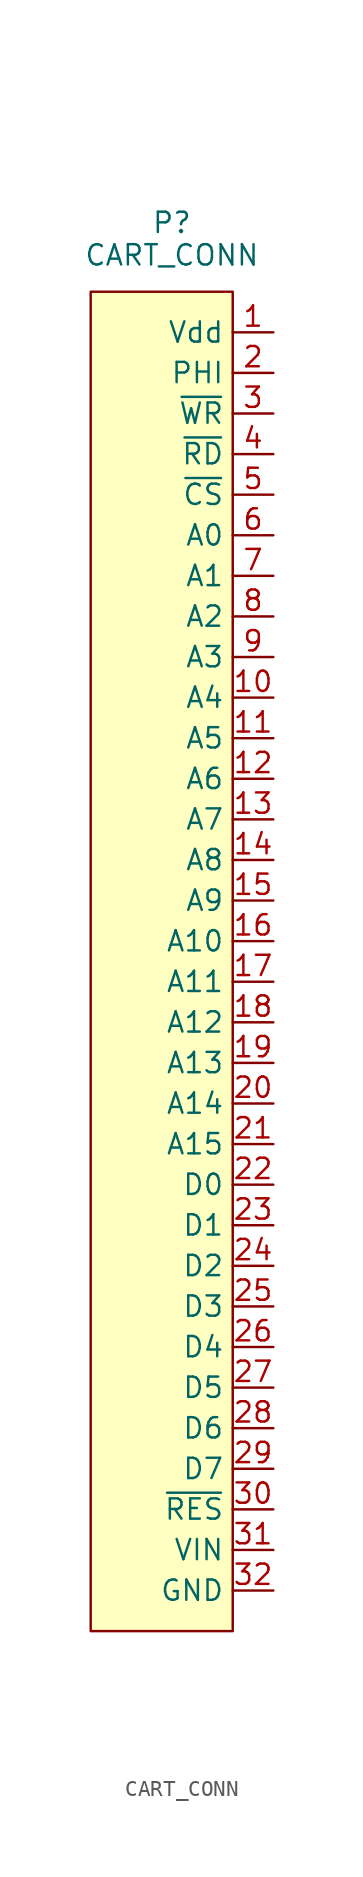
<source format=kicad_sym>
(kicad_symbol_lib
  (version 20241209)
  (generator "kicad_symbol_editor")
  (generator_version "9.0")
  (symbol "CART_CONN"
    (property "Reference" "P"
      (at 0 42.418 0)
      (effects (font (size 1.27 1.27))))
    (property "Value" "CART_CONN"
      (at 0 40.386 0)
      (effects (font (size 1.27 1.27))))
    (symbol "CART_CONN_1_1"
      (rectangle (start -5.08 38.1) (end 3.81 -45.72) (stroke (width 0) (type solid)) (fill (type background)))
      (pin power_in line (at 6.35 35.56 180) (length 2.54) (name "Vdd" (effects (font (size 1.27 1.27)))) (number "1" (effects (font (size 1.27 1.27)))))
      (pin input line (at 6.35 33.02 180) (length 2.54) (name "PHI" (effects (font (size 1.27 1.27)))) (number "2" (effects (font (size 1.27 1.27)))))
      (pin input line (at 6.35 30.48 180) (length 2.54) (name "~{WR}" (effects (font (size 1.27 1.27)))) (number "3" (effects (font (size 1.27 1.27)))))
      (pin input line (at 6.35 27.94 180) (length 2.54) (name "~{RD}" (effects (font (size 1.27 1.27)))) (number "4" (effects (font (size 1.27 1.27)))))
      (pin input line (at 6.35 25.4 180) (length 2.54) (name "~{CS}" (effects (font (size 1.27 1.27)))) (number "5" (effects (font (size 1.27 1.27)))))
      (pin input line (at 6.35 22.86 180) (length 2.54) (name "A0" (effects (font (size 1.27 1.27)))) (number "6" (effects (font (size 1.27 1.27)))))
      (pin input line (at 6.35 20.32 180) (length 2.54) (name "A1" (effects (font (size 1.27 1.27)))) (number "7" (effects (font (size 1.27 1.27)))))
      (pin input line (at 6.35 17.78 180) (length 2.54) (name "A2" (effects (font (size 1.27 1.27)))) (number "8" (effects (font (size 1.27 1.27)))))
      (pin input line (at 6.35 15.24 180) (length 2.54) (name "A3" (effects (font (size 1.27 1.27)))) (number "9" (effects (font (size 1.27 1.27)))))
      (pin input line (at 6.35 12.7 180) (length 2.54) (name "A4" (effects (font (size 1.27 1.27)))) (number "10" (effects (font (size 1.27 1.27)))))
      (pin input line (at 6.35 10.16 180) (length 2.54) (name "A5" (effects (font (size 1.27 1.27)))) (number "11" (effects (font (size 1.27 1.27)))))
      (pin input line (at 6.35 7.62 180) (length 2.54) (name "A6" (effects (font (size 1.27 1.27)))) (number "12" (effects (font (size 1.27 1.27)))))
      (pin input line (at 6.35 5.08 180) (length 2.54) (name "A7" (effects (font (size 1.27 1.27)))) (number "13" (effects (font (size 1.27 1.27)))))
      (pin input line (at 6.35 2.54 180) (length 2.54) (name "A8" (effects (font (size 1.27 1.27)))) (number "14" (effects (font (size 1.27 1.27)))))
      (pin input line (at 6.35 0 180) (length 2.54) (name "A9" (effects (font (size 1.27 1.27)))) (number "15" (effects (font (size 1.27 1.27)))))
      (pin input line (at 6.35 -2.54 180) (length 2.54) (name "A10" (effects (font (size 1.27 1.27)))) (number "16" (effects (font (size 1.27 1.27)))))
      (pin input line (at 6.35 -5.08 180) (length 2.54) (name "A11" (effects (font (size 1.27 1.27)))) (number "17" (effects (font (size 1.27 1.27)))))
      (pin input line (at 6.35 -7.62 180) (length 2.54) (name "A12" (effects (font (size 1.27 1.27)))) (number "18" (effects (font (size 1.27 1.27)))))
      (pin input line (at 6.35 -10.16 180) (length 2.54) (name "A13" (effects (font (size 1.27 1.27)))) (number "19" (effects (font (size 1.27 1.27)))))
      (pin input line (at 6.35 -12.7 180) (length 2.54) (name "A14" (effects (font (size 1.27 1.27)))) (number "20" (effects (font (size 1.27 1.27)))))
      (pin input line (at 6.35 -15.24 180) (length 2.54) (name "A15" (effects (font (size 1.27 1.27)))) (number "21" (effects (font (size 1.27 1.27)))))
      (pin input line (at 6.35 -17.78 180) (length 2.54) (name "D0" (effects (font (size 1.27 1.27)))) (number "22" (effects (font (size 1.27 1.27)))))
      (pin input line (at 6.35 -20.32 180) (length 2.54) (name "D1" (effects (font (size 1.27 1.27)))) (number "23" (effects (font (size 1.27 1.27)))))
      (pin input line (at 6.35 -22.86 180) (length 2.54) (name "D2" (effects (font (size 1.27 1.27)))) (number "24" (effects (font (size 1.27 1.27)))))
      (pin input line (at 6.35 -25.4 180) (length 2.54) (name "D3" (effects (font (size 1.27 1.27)))) (number "25" (effects (font (size 1.27 1.27)))))
      (pin input line (at 6.35 -27.94 180) (length 2.54) (name "D4" (effects (font (size 1.27 1.27)))) (number "26" (effects (font (size 1.27 1.27)))))
      (pin input line (at 6.35 -30.48 180) (length 2.54) (name "D5" (effects (font (size 1.27 1.27)))) (number "27" (effects (font (size 1.27 1.27)))))
      (pin input line (at 6.35 -33.02 180) (length 2.54) (name "D6" (effects (font (size 1.27 1.27)))) (number "28" (effects (font (size 1.27 1.27)))))
      (pin input line (at 6.35 -35.56 180) (length 2.54) (name "D7" (effects (font (size 1.27 1.27)))) (number "29" (effects (font (size 1.27 1.27)))))
      (pin input line (at 6.35 -38.1 180) (length 2.54) (name "~{RES}" (effects (font (size 1.27 1.27)))) (number "30" (effects (font (size 1.27 1.27)))))
      (pin input line (at 6.35 -40.64 180) (length 2.54) (name "VIN" (effects (font (size 1.27 1.27)))) (number "31" (effects (font (size 1.27 1.27)))))
      (pin input line (at 6.35 -43.18 180) (length 2.54) (name "GND" (effects (font (size 1.27 1.27)))) (number "32" (effects (font (size 1.27 1.27))))))))
</source>
